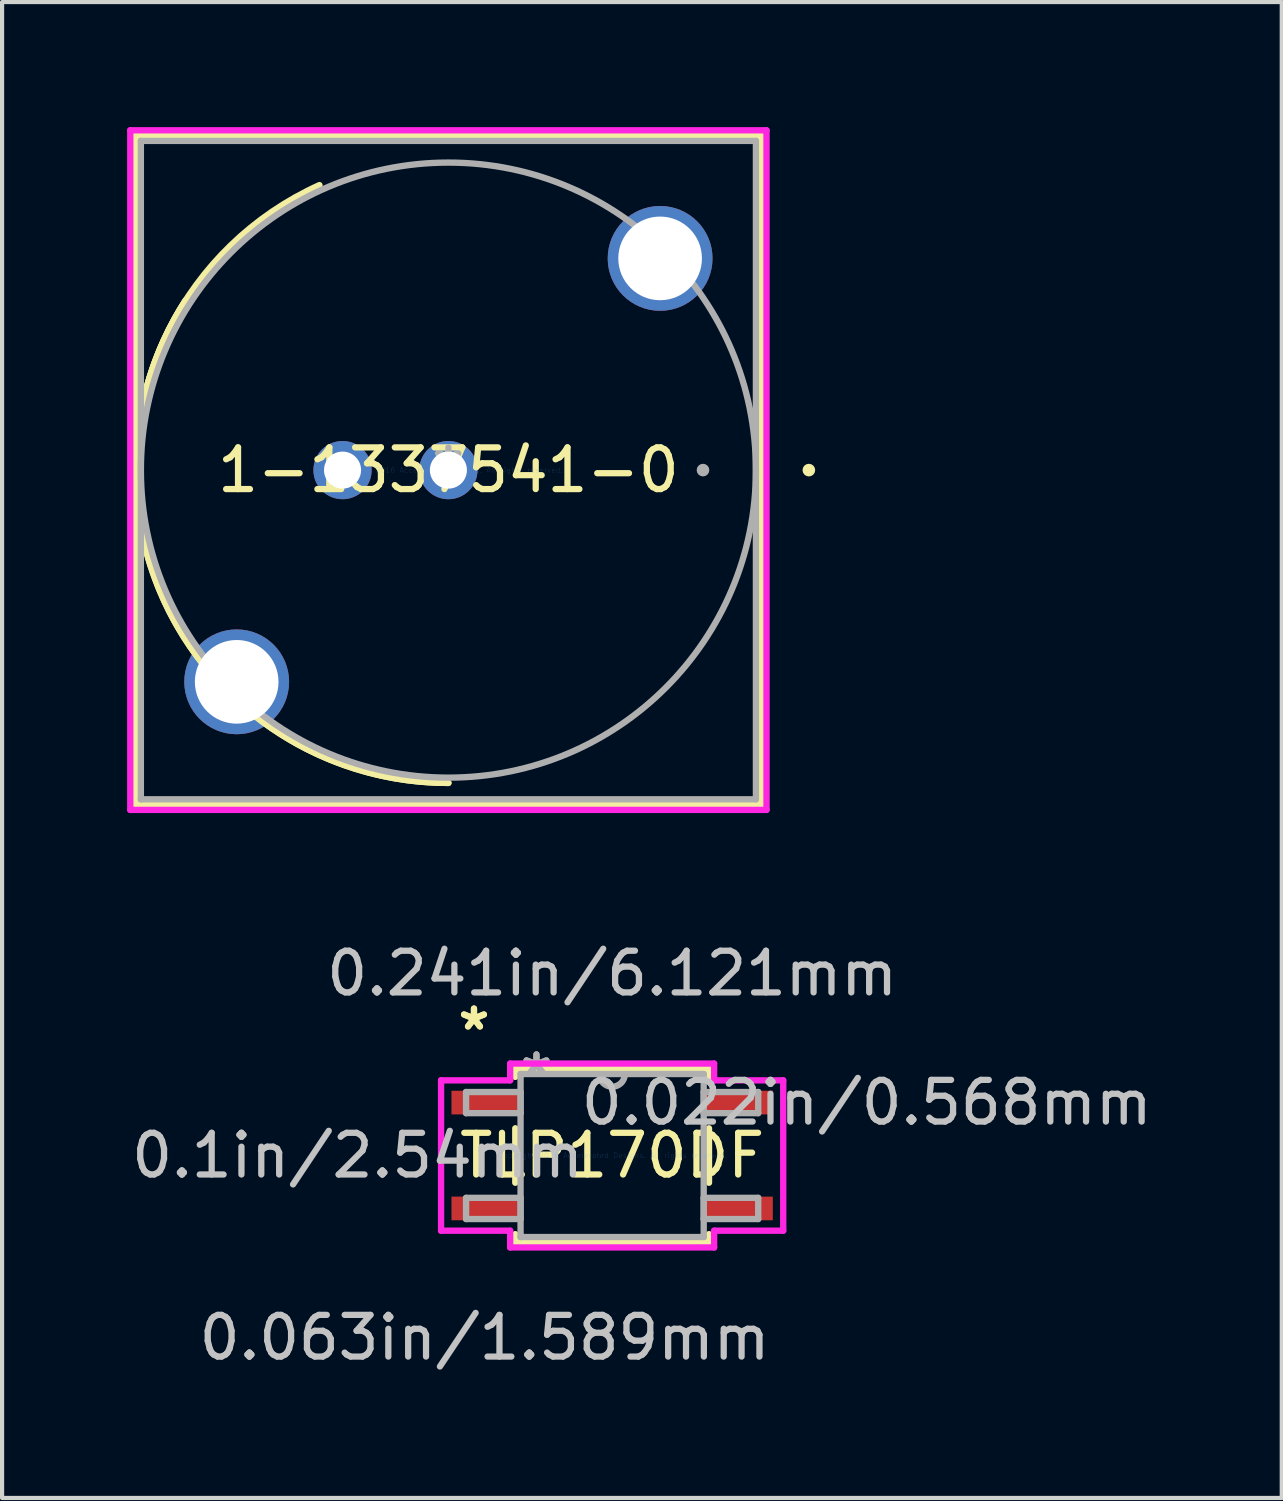
<source format=kicad_pcb>
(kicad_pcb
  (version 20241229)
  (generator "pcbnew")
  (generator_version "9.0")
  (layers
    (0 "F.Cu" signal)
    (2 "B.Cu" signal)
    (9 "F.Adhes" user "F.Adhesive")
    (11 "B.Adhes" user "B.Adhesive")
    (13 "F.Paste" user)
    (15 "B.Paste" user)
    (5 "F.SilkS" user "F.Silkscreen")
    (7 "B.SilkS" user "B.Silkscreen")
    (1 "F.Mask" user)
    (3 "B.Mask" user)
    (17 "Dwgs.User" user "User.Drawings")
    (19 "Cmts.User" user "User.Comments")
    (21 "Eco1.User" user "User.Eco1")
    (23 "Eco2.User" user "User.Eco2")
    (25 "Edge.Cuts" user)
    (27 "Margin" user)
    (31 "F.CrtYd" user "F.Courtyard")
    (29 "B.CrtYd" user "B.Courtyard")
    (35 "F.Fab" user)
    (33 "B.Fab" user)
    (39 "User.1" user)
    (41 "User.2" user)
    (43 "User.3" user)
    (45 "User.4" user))
  (footprint "1-1337541-0"
    (layer "F.Cu")
    (at 7.709 8.23)
    (property "Reference" "1-1337541-0" (at 0 0 0) (layer "F.SilkS") (effects (font (size 1 1) (thickness 0.15))))
    (attr through_hole)
    (fp_line (start -7.506 -8.026) (end -7.506 8.026) (stroke (width 0.152) (type solid)) (layer "F.SilkS"))
    (fp_line (start -7.506 8.026) (end 7.506 8.026) (stroke (width 0.152) (type solid)) (layer "F.SilkS"))
    (fp_line (start 7.506 -8.026) (end -7.506 -8.026) (stroke (width 0.152) (type solid)) (layer "F.SilkS"))
    (fp_line (start 7.506 8.026) (end 7.506 -8.026) (stroke (width 0.152) (type solid)) (layer "F.SilkS"))
    (fp_arc (start -7.5057 0) (mid -7.199824 -2.120865) (end -6.307126 -4.068869) (stroke (width 0.1524) (type solid)) (layer "F.SilkS"))
    (fp_arc (start 0 7.5057) (mid -6.59072 3.59137) (end -6.307131 -4.068861) (stroke (width 0.1524) (type solid)) (layer "F.SilkS"))
    (fp_arc (start 0 7.5057) (mid -7.336936 1.58269) (end -3.094206 -6.838232) (stroke (width 0.1524) (type solid)) (layer "F.SilkS"))
    (fp_circle (center 8.649 0) (end 8.725 0) (stroke (width 0.152) (type solid)) (fill no) (layer "F.SilkS"))
    (fp_line (start -7.633 -8.153) (end 7.633 -8.153) (stroke (width 0.152) (type solid)) (layer "F.CrtYd"))
    (fp_line (start -7.633 8.153) (end -7.633 -8.153) (stroke (width 0.152) (type solid)) (layer "F.CrtYd"))
    (fp_line (start 7.633 -8.153) (end 7.633 8.153) (stroke (width 0.152) (type solid)) (layer "F.CrtYd"))
    (fp_line (start 7.633 8.153) (end -7.633 8.153) (stroke (width 0.152) (type solid)) (layer "F.CrtYd"))
    (fp_line (start -7.379 -7.899) (end -7.379 7.899) (stroke (width 0.152) (type solid)) (layer "F.Fab"))
    (fp_line (start -7.379 7.899) (end 7.379 7.899) (stroke (width 0.152) (type solid)) (layer "F.Fab"))
    (fp_line (start 7.379 -7.899) (end -7.379 -7.899) (stroke (width 0.152) (type solid)) (layer "F.Fab"))
    (fp_line (start 7.379 7.899) (end 7.379 -7.899) (stroke (width 0.152) (type solid)) (layer "F.Fab"))
    (fp_circle (center 0 0) (end 7.379 0) (stroke (width 0.152) (type solid)) (fill no) (layer "F.Fab"))
    (fp_circle (center 6.109 0) (end 6.185 0) (stroke (width 0.152) (type solid)) (fill no) (layer "F.Fab"))
    (fp_text user "*" (at 0 0 0) (layer "F.SilkS") (effects (font (size 1 1) (thickness 0.15))))
    (fp_text user "Copyright 2016 Accelerated Designs. All rights reserved." (at 0 0 0) (layer "Cmts.User") (effects (font (size 0.127 0.127) (thickness 0.002))))
    (fp_text user "*" (at 0 0 0) (layer "F.Fab") (effects (font (size 1 1) (thickness 0.15))))
    (pad "1" thru_hole circle (at 0 0) (size 1.397 1.397) (drill 0.889) (layers "*.Cu" "*.Mask"))
    (pad "2" thru_hole circle (at -2.54 0) (size 1.397 1.397) (drill 0.889) (layers "*.Cu" "*.Mask"))
    (pad "3" thru_hole circle (at -5.08 5.08) (size 2.515 2.515) (drill 2.007) (layers "*.Cu" "*.Mask"))
    (pad "4" thru_hole circle (at 5.08 -5.08) (size 2.515 2.515) (drill 2.007) (layers "*.Cu" "*.Mask")))
  (footprint "TLP170DF"
    (layer "F.Cu")
    (at 11.638 24.676)
    (property "Reference" "TLP170DF" (at 0 0 0) (layer "F.SilkS") (effects (font (size 1 1) (thickness 0.15))))
    (attr through_hole)
    (fp_line (start -2.324 -2.083) (end -2.324 -1.887) (stroke (width 0.152) (type solid)) (layer "F.SilkS"))
    (fp_line (start -2.324 -0.653) (end -2.324 0.653) (stroke (width 0.152) (type solid)) (layer "F.SilkS"))
    (fp_line (start -2.324 1.887) (end -2.324 2.083) (stroke (width 0.152) (type solid)) (layer "F.SilkS"))
    (fp_line (start -2.324 2.083) (end 2.324 2.083) (stroke (width 0.152) (type solid)) (layer "F.SilkS"))
    (fp_line (start 2.324 -2.083) (end -2.324 -2.083) (stroke (width 0.152) (type solid)) (layer "F.SilkS"))
    (fp_line (start 2.324 -1.887) (end 2.324 -2.083) (stroke (width 0.152) (type solid)) (layer "F.SilkS"))
    (fp_line (start 2.324 0.653) (end 2.324 -0.653) (stroke (width 0.152) (type solid)) (layer "F.SilkS"))
    (fp_line (start 2.324 2.083) (end 2.324 1.887) (stroke (width 0.152) (type solid)) (layer "F.SilkS"))
    (fp_line (start -4.105 -1.804) (end -2.447 -1.804) (stroke (width 0.152) (type solid)) (layer "F.CrtYd"))
    (fp_line (start -4.105 1.804) (end -4.105 -1.804) (stroke (width 0.152) (type solid)) (layer "F.CrtYd"))
    (fp_line (start -2.447 -2.206) (end 2.447 -2.206) (stroke (width 0.152) (type solid)) (layer "F.CrtYd"))
    (fp_line (start -2.447 -1.804) (end -2.447 -2.206) (stroke (width 0.152) (type solid)) (layer "F.CrtYd"))
    (fp_line (start -2.447 1.804) (end -4.105 1.804) (stroke (width 0.152) (type solid)) (layer "F.CrtYd"))
    (fp_line (start -2.447 2.206) (end -2.447 1.804) (stroke (width 0.152) (type solid)) (layer "F.CrtYd"))
    (fp_line (start 2.447 -2.206) (end 2.447 -1.804) (stroke (width 0.152) (type solid)) (layer "F.CrtYd"))
    (fp_line (start 2.447 -1.804) (end 4.105 -1.804) (stroke (width 0.152) (type solid)) (layer "F.CrtYd"))
    (fp_line (start 2.447 1.804) (end 2.447 2.206) (stroke (width 0.152) (type solid)) (layer "F.CrtYd"))
    (fp_line (start 2.447 2.206) (end -2.447 2.206) (stroke (width 0.152) (type solid)) (layer "F.CrtYd"))
    (fp_line (start 4.105 -1.804) (end 4.105 1.804) (stroke (width 0.152) (type solid)) (layer "F.CrtYd"))
    (fp_line (start 4.105 1.804) (end 2.447 1.804) (stroke (width 0.152) (type solid)) (layer "F.CrtYd"))
    (fp_line (start -3.505 -1.524) (end -3.505 -1.016) (stroke (width 0.152) (type solid)) (layer "F.Fab"))
    (fp_line (start -3.505 -1.016) (end -2.197 -1.016) (stroke (width 0.152) (type solid)) (layer "F.Fab"))
    (fp_line (start -3.505 1.016) (end -3.505 1.524) (stroke (width 0.152) (type solid)) (layer "F.Fab"))
    (fp_line (start -3.505 1.524) (end -2.197 1.524) (stroke (width 0.152) (type solid)) (layer "F.Fab"))
    (fp_line (start -2.197 -1.956) (end -2.197 1.956) (stroke (width 0.152) (type solid)) (layer "F.Fab"))
    (fp_line (start -2.197 -1.524) (end -3.505 -1.524) (stroke (width 0.152) (type solid)) (layer "F.Fab"))
    (fp_line (start -2.197 -1.016) (end -2.197 -1.524) (stroke (width 0.152) (type solid)) (layer "F.Fab"))
    (fp_line (start -2.197 1.016) (end -3.505 1.016) (stroke (width 0.152) (type solid)) (layer "F.Fab"))
    (fp_line (start -2.197 1.524) (end -2.197 1.016) (stroke (width 0.152) (type solid)) (layer "F.Fab"))
    (fp_line (start -2.197 1.956) (end 2.197 1.956) (stroke (width 0.152) (type solid)) (layer "F.Fab"))
    (fp_line (start 2.197 -1.956) (end -2.197 -1.956) (stroke (width 0.152) (type solid)) (layer "F.Fab"))
    (fp_line (start 2.197 -1.524) (end 2.197 -1.016) (stroke (width 0.152) (type solid)) (layer "F.Fab"))
    (fp_line (start 2.197 -1.016) (end 3.505 -1.016) (stroke (width 0.152) (type solid)) (layer "F.Fab"))
    (fp_line (start 2.197 1.016) (end 2.197 1.524) (stroke (width 0.152) (type solid)) (layer "F.Fab"))
    (fp_line (start 2.197 1.524) (end 3.505 1.524) (stroke (width 0.152) (type solid)) (layer "F.Fab"))
    (fp_line (start 2.197 1.956) (end 2.197 -1.956) (stroke (width 0.152) (type solid)) (layer "F.Fab"))
    (fp_line (start 3.505 -1.524) (end 2.197 -1.524) (stroke (width 0.152) (type solid)) (layer "F.Fab"))
    (fp_line (start 3.505 -1.016) (end 3.505 -1.524) (stroke (width 0.152) (type solid)) (layer "F.Fab"))
    (fp_line (start 3.505 1.016) (end 2.197 1.016) (stroke (width 0.152) (type solid)) (layer "F.Fab"))
    (fp_line (start 3.505 1.524) (end 3.505 1.016) (stroke (width 0.152) (type solid)) (layer "F.Fab"))
    (fp_arc (start 0.3048 -1.9558) (mid 0 -1.651) (end -0.3048 -1.9558) (stroke (width 0.1524) (type solid)) (layer "F.Fab"))
    (fp_text user "*" (at -3.315 -2.981 0) (layer "F.SilkS") (effects (font (size 1 1) (thickness 0.15))))
    (fp_text user "*" (at -3.315 -2.981 0) (layer "F.SilkS") (effects (font (size 1 1) (thickness 0.15))))
    (fp_text user "0.1in/2.54mm" (at -6.109 0 0) (layer "Dwgs.User") (effects (font (size 1 1) (thickness 0.15))))
    (fp_text user "0.022in/0.568mm" (at 6.109 -1.27 0) (layer "Dwgs.User") (effects (font (size 1 1) (thickness 0.15))))
    (fp_text user "0.241in/6.121mm" (at 0 -4.369 0) (layer "Dwgs.User") (effects (font (size 1 1) (thickness 0.15))))
    (fp_text user "0.063in/1.589mm" (at -3.061 4.369 0) (layer "Dwgs.User") (effects (font (size 1 1) (thickness 0.15))))
    (fp_text user "Copyright 2016 Accelerated Designs. All rights reserved." (at 0 0 0) (layer "Cmts.User") (effects (font (size 0.127 0.127) (thickness 0.002))))
    (fp_text user "*" (at -1.816 -1.88 0) (layer "F.Fab") (effects (font (size 1 1) (thickness 0.15))))
    (fp_text user "*" (at -1.816 -1.88 0) (layer "F.Fab") (effects (font (size 1 1) (thickness 0.15))))
    (pad "1" smd rect (at -3.061 -1.27) (size 1.589 0.568) (layers "F.Cu" "F.Mask" "F.Paste"))
    (pad "2" smd rect (at -3.061 1.27) (size 1.589 0.568) (layers "F.Cu" "F.Mask" "F.Paste"))
    (pad "3" smd rect (at 3.061 1.27) (size 1.589 0.568) (layers "F.Cu" "F.Mask" "F.Paste"))
    (pad "4" smd rect (at 3.061 -1.27) (size 1.589 0.568) (layers "F.Cu" "F.Mask" "F.Paste")))
  (gr_rect
    (start -3 -3)
    (end 27.705 32.893)
    (stroke (width 0.1) (type default))
    (fill no)
    (layer "Edge.Cuts")))
</source>
